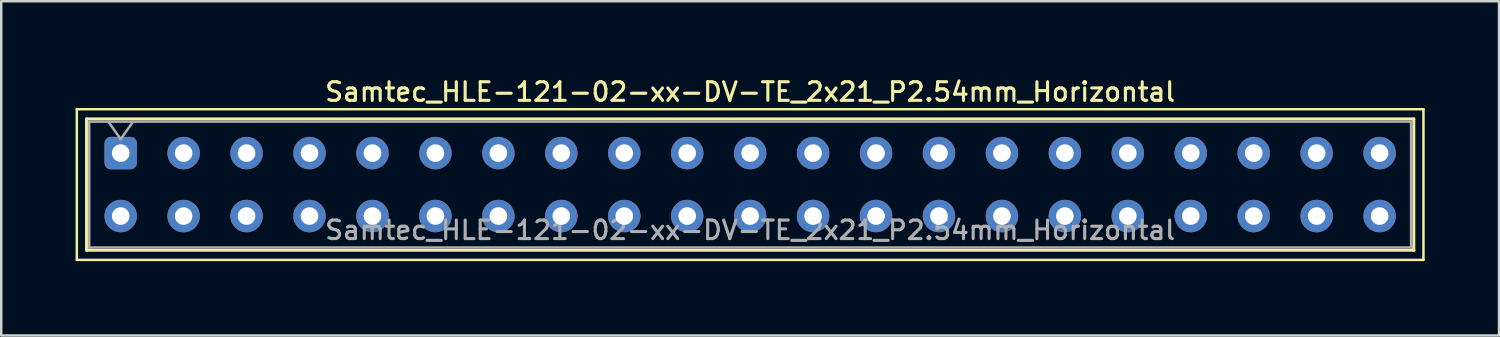
<source format=kicad_pcb>
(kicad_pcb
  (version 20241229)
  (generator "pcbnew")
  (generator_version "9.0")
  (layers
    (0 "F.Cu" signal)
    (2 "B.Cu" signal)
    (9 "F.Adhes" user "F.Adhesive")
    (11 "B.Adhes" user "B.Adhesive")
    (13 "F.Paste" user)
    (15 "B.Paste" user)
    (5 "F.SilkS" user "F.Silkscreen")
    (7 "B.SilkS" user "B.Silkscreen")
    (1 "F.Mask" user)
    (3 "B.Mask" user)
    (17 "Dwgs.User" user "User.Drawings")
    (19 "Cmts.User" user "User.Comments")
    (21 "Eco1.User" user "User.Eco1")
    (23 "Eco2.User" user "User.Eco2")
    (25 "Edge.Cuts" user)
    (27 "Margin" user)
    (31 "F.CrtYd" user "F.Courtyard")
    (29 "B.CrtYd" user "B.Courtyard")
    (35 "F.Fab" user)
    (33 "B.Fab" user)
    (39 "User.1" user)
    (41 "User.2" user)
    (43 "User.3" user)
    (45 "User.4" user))
  (footprint "Samtec_HLE-121-02-xx-DV-TE_2x21_P2.54mm_Horizontal"
    (layer "F.Cu")
    (at 1.82 3.128)
    (property "Reference" "Samtec_HLE-121-02-xx-DV-TE_2x21_P2.54mm_Horizontal" (at 25.4 -2.47 0) (layer "F.SilkS") (effects (font (size 0.75 0.75) (thickness 0.125))))
    (attr through_hole)
    (fp_line (start -1.77 -1.77) (end 52.57 -1.77) (stroke (width 0.1) (type solid)) (layer "F.SilkS"))
    (fp_line (start -1.77 4.31) (end -1.77 -1.77) (stroke (width 0.1) (type solid)) (layer "F.SilkS"))
    (fp_line (start -1.38 -1.38) (end 52.18 -1.38) (stroke (width 0.12) (type solid)) (layer "F.SilkS"))
    (fp_line (start -1.38 3.92) (end -1.38 -1.38) (stroke (width 0.12) (type solid)) (layer "F.SilkS"))
    (fp_line (start 52.18 -1.38) (end 52.18 3.92) (stroke (width 0.12) (type solid)) (layer "F.SilkS"))
    (fp_line (start 52.18 3.92) (end -1.38 3.92) (stroke (width 0.12) (type solid)) (layer "F.SilkS"))
    (fp_line (start 52.57 -1.77) (end 52.57 4.31) (stroke (width 0.1) (type solid)) (layer "F.SilkS"))
    (fp_line (start 52.57 4.31) (end -1.77 4.31) (stroke (width 0.1) (type solid)) (layer "F.SilkS"))
    (fp_line (start -1.27 -1.27) (end 52.07 -1.27) (stroke (width 0.1) (type solid)) (layer "F.Fab"))
    (fp_line (start -1.27 3.81) (end -1.27 -1.27) (stroke (width 0.1) (type solid)) (layer "F.Fab"))
    (fp_line (start -0.5 -1.27) (end 0 -0.563) (stroke (width 0.1) (type solid)) (layer "F.Fab"))
    (fp_line (start 0 -0.563) (end 0.5 -1.27) (stroke (width 0.1) (type solid)) (layer "F.Fab"))
    (fp_line (start 52.07 -1.27) (end 52.07 3.81) (stroke (width 0.1) (type solid)) (layer "F.Fab"))
    (fp_line (start 52.07 3.81) (end -1.27 3.81) (stroke (width 0.1) (type solid)) (layer "F.Fab"))
    (fp_text user "${REFERENCE}" (at 25.4 3.11 0) (layer "F.Fab") (effects (font (size 0.75 0.75) (thickness 0.125))))
    (pad "1" thru_hole roundrect (at 0 0) (size 1.31 1.31) (drill 0.71) (layers "*.Cu" "*.Mask") (roundrect_rratio 0.191))
    (pad "2" thru_hole circle (at 0 2.54) (size 1.31 1.31) (drill 0.71) (layers "*.Cu" "*.Mask"))
    (pad "3" thru_hole circle (at 2.54 0) (size 1.31 1.31) (drill 0.71) (layers "*.Cu" "*.Mask"))
    (pad "4" thru_hole circle (at 2.54 2.54) (size 1.31 1.31) (drill 0.71) (layers "*.Cu" "*.Mask"))
    (pad "5" thru_hole circle (at 5.08 0) (size 1.31 1.31) (drill 0.71) (layers "*.Cu" "*.Mask"))
    (pad "6" thru_hole circle (at 5.08 2.54) (size 1.31 1.31) (drill 0.71) (layers "*.Cu" "*.Mask"))
    (pad "7" thru_hole circle (at 7.62 0) (size 1.31 1.31) (drill 0.71) (layers "*.Cu" "*.Mask"))
    (pad "8" thru_hole circle (at 7.62 2.54) (size 1.31 1.31) (drill 0.71) (layers "*.Cu" "*.Mask"))
    (pad "9" thru_hole circle (at 10.16 0) (size 1.31 1.31) (drill 0.71) (layers "*.Cu" "*.Mask"))
    (pad "10" thru_hole circle (at 10.16 2.54) (size 1.31 1.31) (drill 0.71) (layers "*.Cu" "*.Mask"))
    (pad "11" thru_hole circle (at 12.7 0) (size 1.31 1.31) (drill 0.71) (layers "*.Cu" "*.Mask"))
    (pad "12" thru_hole circle (at 12.7 2.54) (size 1.31 1.31) (drill 0.71) (layers "*.Cu" "*.Mask"))
    (pad "13" thru_hole circle (at 15.24 0) (size 1.31 1.31) (drill 0.71) (layers "*.Cu" "*.Mask"))
    (pad "14" thru_hole circle (at 15.24 2.54) (size 1.31 1.31) (drill 0.71) (layers "*.Cu" "*.Mask"))
    (pad "15" thru_hole circle (at 17.78 0) (size 1.31 1.31) (drill 0.71) (layers "*.Cu" "*.Mask"))
    (pad "16" thru_hole circle (at 17.78 2.54) (size 1.31 1.31) (drill 0.71) (layers "*.Cu" "*.Mask"))
    (pad "17" thru_hole circle (at 20.32 0) (size 1.31 1.31) (drill 0.71) (layers "*.Cu" "*.Mask"))
    (pad "18" thru_hole circle (at 20.32 2.54) (size 1.31 1.31) (drill 0.71) (layers "*.Cu" "*.Mask"))
    (pad "19" thru_hole circle (at 22.86 0) (size 1.31 1.31) (drill 0.71) (layers "*.Cu" "*.Mask"))
    (pad "20" thru_hole circle (at 22.86 2.54) (size 1.31 1.31) (drill 0.71) (layers "*.Cu" "*.Mask"))
    (pad "21" thru_hole circle (at 25.4 0) (size 1.31 1.31) (drill 0.71) (layers "*.Cu" "*.Mask"))
    (pad "22" thru_hole circle (at 25.4 2.54) (size 1.31 1.31) (drill 0.71) (layers "*.Cu" "*.Mask"))
    (pad "23" thru_hole circle (at 27.94 0) (size 1.31 1.31) (drill 0.71) (layers "*.Cu" "*.Mask"))
    (pad "24" thru_hole circle (at 27.94 2.54) (size 1.31 1.31) (drill 0.71) (layers "*.Cu" "*.Mask"))
    (pad "25" thru_hole circle (at 30.48 0) (size 1.31 1.31) (drill 0.71) (layers "*.Cu" "*.Mask"))
    (pad "26" thru_hole circle (at 30.48 2.54) (size 1.31 1.31) (drill 0.71) (layers "*.Cu" "*.Mask"))
    (pad "27" thru_hole circle (at 33.02 0) (size 1.31 1.31) (drill 0.71) (layers "*.Cu" "*.Mask"))
    (pad "28" thru_hole circle (at 33.02 2.54) (size 1.31 1.31) (drill 0.71) (layers "*.Cu" "*.Mask"))
    (pad "29" thru_hole circle (at 35.56 0) (size 1.31 1.31) (drill 0.71) (layers "*.Cu" "*.Mask"))
    (pad "30" thru_hole circle (at 35.56 2.54) (size 1.31 1.31) (drill 0.71) (layers "*.Cu" "*.Mask"))
    (pad "31" thru_hole circle (at 38.1 0) (size 1.31 1.31) (drill 0.71) (layers "*.Cu" "*.Mask"))
    (pad "32" thru_hole circle (at 38.1 2.54) (size 1.31 1.31) (drill 0.71) (layers "*.Cu" "*.Mask"))
    (pad "33" thru_hole circle (at 40.64 0) (size 1.31 1.31) (drill 0.71) (layers "*.Cu" "*.Mask"))
    (pad "34" thru_hole circle (at 40.64 2.54) (size 1.31 1.31) (drill 0.71) (layers "*.Cu" "*.Mask"))
    (pad "35" thru_hole circle (at 43.18 0) (size 1.31 1.31) (drill 0.71) (layers "*.Cu" "*.Mask"))
    (pad "36" thru_hole circle (at 43.18 2.54) (size 1.31 1.31) (drill 0.71) (layers "*.Cu" "*.Mask"))
    (pad "37" thru_hole circle (at 45.72 0) (size 1.31 1.31) (drill 0.71) (layers "*.Cu" "*.Mask"))
    (pad "38" thru_hole circle (at 45.72 2.54) (size 1.31 1.31) (drill 0.71) (layers "*.Cu" "*.Mask"))
    (pad "39" thru_hole circle (at 48.26 0) (size 1.31 1.31) (drill 0.71) (layers "*.Cu" "*.Mask"))
    (pad "40" thru_hole circle (at 48.26 2.54) (size 1.31 1.31) (drill 0.71) (layers "*.Cu" "*.Mask"))
    (pad "41" thru_hole circle (at 50.8 0) (size 1.31 1.31) (drill 0.71) (layers "*.Cu" "*.Mask"))
    (pad "42" thru_hole circle (at 50.8 2.54) (size 1.31 1.31) (drill 0.71) (layers "*.Cu" "*.Mask")))
  (gr_rect
    (start -3 -3)
    (end 57.44 10.488)
    (stroke (width 0.1) (type default))
    (fill no)
    (layer "Edge.Cuts")))
</source>
